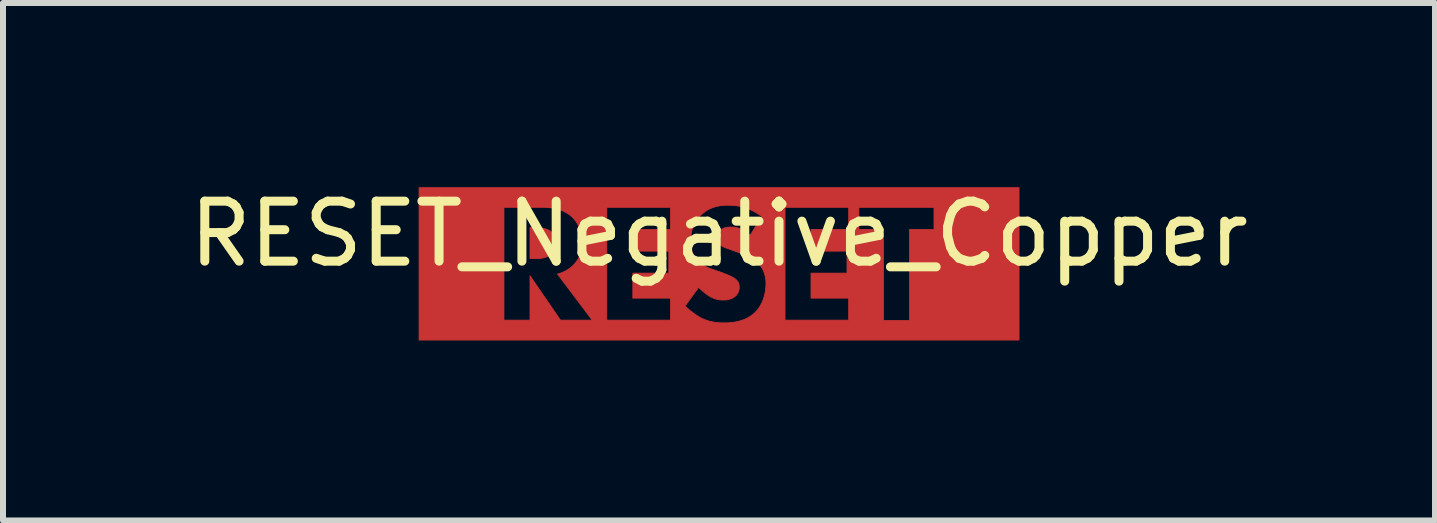
<source format=kicad_pcb>
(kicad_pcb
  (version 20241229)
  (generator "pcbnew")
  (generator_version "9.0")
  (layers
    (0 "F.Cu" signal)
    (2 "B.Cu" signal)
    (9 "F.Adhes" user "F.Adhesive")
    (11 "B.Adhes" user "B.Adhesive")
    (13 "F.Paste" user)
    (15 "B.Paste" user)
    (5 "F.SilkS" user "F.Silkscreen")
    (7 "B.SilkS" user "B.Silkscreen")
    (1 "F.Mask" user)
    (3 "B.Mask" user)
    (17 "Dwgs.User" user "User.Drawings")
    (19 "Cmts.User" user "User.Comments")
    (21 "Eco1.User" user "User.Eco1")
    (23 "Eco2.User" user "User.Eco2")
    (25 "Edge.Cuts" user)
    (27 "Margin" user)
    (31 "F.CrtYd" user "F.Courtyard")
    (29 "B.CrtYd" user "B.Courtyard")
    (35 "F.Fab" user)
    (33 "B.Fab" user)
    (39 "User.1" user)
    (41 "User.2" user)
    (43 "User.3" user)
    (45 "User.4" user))
  (footprint "RESET_Negative_Copper"
    (layer "F.Cu")
    (at 8.935 1.348)
    (property "Reference" "RESET_Negative_Copper" (at 0 -0.5 0) (unlocked yes) (layer "F.SilkS") (effects (font (size 1 1) (thickness 0.15))))
    (fp_poly (pts (xy -3.026 -0.603) (xy -2.998 -0.601) (xy -2.983 -0.6) (xy -2.967 -0.598) (xy -2.951 -0.596) (xy -2.934 -0.593) (xy -2.918 -0.59) (xy -2.901 -0.586) (xy -2.885 -0.581) (xy -2.869 -0.575) (xy -2.853 -0.568) (xy -2.837 -0.561) (xy -2.823 -0.553) (xy -2.809 -0.543) (xy -2.802 -0.538) (xy -2.794 -0.531) (xy -2.787 -0.524) (xy -2.779 -0.516) (xy -2.772 -0.508) (xy -2.764 -0.499) (xy -2.757 -0.488) (xy -2.751 -0.477) (xy -2.744 -0.465) (xy -2.739 -0.452) (xy -2.734 -0.438) (xy -2.729 -0.423) (xy -2.726 -0.407) (xy -2.723 -0.39) (xy -2.722 -0.372) (xy -2.721 -0.353) (xy -2.721 -0.344) (xy -2.721 -0.336) (xy -2.722 -0.328) (xy -2.723 -0.32) (xy -2.724 -0.312) (xy -2.725 -0.305) (xy -2.726 -0.297) (xy -2.728 -0.29) (xy -2.729 -0.283) (xy -2.731 -0.276) (xy -2.735 -0.263) (xy -2.739 -0.25) (xy -2.744 -0.239) (xy -2.75 -0.228) (xy -2.755 -0.217) (xy -2.761 -0.207) (xy -2.767 -0.198) (xy -2.773 -0.19) (xy -2.779 -0.183) (xy -2.786 -0.176) (xy -2.792 -0.169) (xy -2.799 -0.163) (xy -2.806 -0.156) (xy -2.813 -0.15) (xy -2.821 -0.145) (xy -2.837 -0.134) (xy -2.853 -0.125) (xy -2.869 -0.118) (xy -2.886 -0.111) (xy -2.903 -0.106) (xy -2.921 -0.101) (xy -2.938 -0.097) (xy -2.955 -0.094) (xy -2.973 -0.092) (xy -2.99 -0.09) (xy -3.006 -0.089) (xy -3.022 -0.089) (xy -3.053 -0.088) (xy -3.151 -0.088) (xy -3.151 -0.603) (xy -3.049 -0.603)) (stroke (width 0.013) (type solid)) (fill yes) (layer "F.Cu"))
    (fp_poly (pts (xy 5.001 1.27) (xy -5 1.27) (xy -5 0.938) (xy -3.585 0.938) (xy -3.151 0.938) (xy -3.151 0.198) (xy -2.643 0.938) (xy -2.114 0.938) (xy -1.871 0.938) (xy -0.809 0.938) (xy -0.809 0.702) (xy -0.566 0.702) (xy -0.537 0.729) (xy -0.506 0.757) (xy -0.473 0.785) (xy -0.437 0.812) (xy -0.401 0.839) (xy -0.382 0.852) (xy -0.364 0.864) (xy -0.345 0.875) (xy -0.327 0.887) (xy -0.308 0.897) (xy -0.29 0.907) (xy -0.268 0.917) (xy -0.245 0.926) (xy -0.223 0.935) (xy -0.2 0.943) (xy -0.178 0.95) (xy -0.155 0.956) (xy -0.132 0.962) (xy -0.109 0.967) (xy -0.086 0.971) (xy -0.062 0.975) (xy -0.038 0.978) (xy -0.015 0.98) (xy 0.01 0.982) (xy 0.034 0.983) (xy 0.059 0.984) (xy 0.084 0.984) (xy 0.135 0.983) (xy 0.164 0.982) (xy 0.196 0.979) (xy 0.228 0.976) (xy 0.263 0.97) (xy 0.298 0.964) (xy 0.334 0.955) (xy 0.371 0.944) (xy 0.388 0.938) (xy 1.1 0.938) (xy 2.161 0.938) (xy 2.161 0.571) (xy 1.533 0.571) (xy 1.533 0.155) (xy 2.133 0.155) (xy 2.133 -0.212) (xy 1.533 -0.212) (xy 1.533 -0.575) (xy 2.161 -0.575) (xy 2.331 -0.575) (xy 2.74 -0.575) (xy 2.74 0.942) (xy 3.174 0.942) (xy 3.174 -0.575) (xy 3.583 -0.575) (xy 3.583 -0.942) (xy 2.331 -0.942) (xy 2.331 -0.575) (xy 2.161 -0.575) (xy 2.161 -0.942) (xy 1.1 -0.942) (xy 1.1 0.938) (xy 0.388 0.938) (xy 0.407 0.932) (xy 0.444 0.916) (xy 0.48 0.898) (xy 0.516 0.877) (xy 0.534 0.865) (xy 0.551 0.853) (xy 0.568 0.839) (xy 0.584 0.825) (xy 0.6 0.81) (xy 0.616 0.794) (xy 0.634 0.774) (xy 0.652 0.752) (xy 0.668 0.729) (xy 0.684 0.705) (xy 0.698 0.679) (xy 0.712 0.653) (xy 0.725 0.625) (xy 0.736 0.595) (xy 0.746 0.565) (xy 0.756 0.534) (xy 0.763 0.501) (xy 0.77 0.468) (xy 0.775 0.434) (xy 0.779 0.4) (xy 0.781 0.364) (xy 0.782 0.328) (xy 0.782 0.307) (xy 0.781 0.286) (xy 0.779 0.264) (xy 0.776 0.242) (xy 0.772 0.22) (xy 0.767 0.197) (xy 0.761 0.175) (xy 0.754 0.152) (xy 0.746 0.13) (xy 0.736 0.107) (xy 0.725 0.085) (xy 0.712 0.063) (xy 0.698 0.041) (xy 0.682 0.02) (xy 0.664 -0.001) (xy 0.644 -0.021) (xy 0.63 -0.034) (xy 0.615 -0.046) (xy 0.6 -0.058) (xy 0.584 -0.069) (xy 0.568 -0.08) (xy 0.552 -0.09) (xy 0.535 -0.099) (xy 0.518 -0.108) (xy 0.501 -0.117) (xy 0.485 -0.125) (xy 0.451 -0.14) (xy 0.418 -0.153) (xy 0.387 -0.166) (xy 0.246 -0.219) (xy 0.162 -0.249) (xy 0.127 -0.261) (xy 0.112 -0.267) (xy 0.097 -0.273) (xy 0.084 -0.279) (xy 0.071 -0.285) (xy 0.059 -0.29) (xy 0.048 -0.297) (xy 0.037 -0.303) (xy 0.028 -0.31) (xy 0.018 -0.317) (xy 0.009 -0.325) (xy 0.004 -0.33) (xy -0.000479 -0.335) (xy -0.005 -0.341) (xy -0.009 -0.347) (xy -0.013 -0.352) (xy -0.016 -0.358) (xy -0.019 -0.365) (xy -0.022 -0.371) (xy -0.025 -0.377) (xy -0.027 -0.384) (xy -0.029 -0.391) (xy -0.03 -0.398) (xy -0.031 -0.406) (xy -0.032 -0.414) (xy -0.033 -0.422) (xy -0.033 -0.43) (xy -0.033 -0.44) (xy -0.032 -0.449) (xy -0.031 -0.457) (xy -0.029 -0.466) (xy -0.027 -0.474) (xy -0.025 -0.483) (xy -0.022 -0.491) (xy -0.019 -0.498) (xy -0.015 -0.506) (xy -0.012 -0.513) (xy -0.007 -0.52) (xy -0.003 -0.527) (xy 0.001 -0.533) (xy 0.006 -0.539) (xy 0.011 -0.545) (xy 0.016 -0.55) (xy 0.021 -0.555) (xy 0.026 -0.56) (xy 0.031 -0.565) (xy 0.036 -0.569) (xy 0.047 -0.577) (xy 0.058 -0.584) (xy 0.069 -0.59) (xy 0.08 -0.595) (xy 0.092 -0.6) (xy 0.104 -0.603) (xy 0.116 -0.606) (xy 0.129 -0.609) (xy 0.141 -0.61) (xy 0.153 -0.612) (xy 0.165 -0.613) (xy 0.177 -0.613) (xy 0.2 -0.614) (xy 0.224 -0.613) (xy 0.238 -0.612) (xy 0.254 -0.611) (xy 0.27 -0.608) (xy 0.288 -0.605) (xy 0.307 -0.6) (xy 0.327 -0.594) (xy 0.348 -0.587) (xy 0.37 -0.578) (xy 0.393 -0.567) (xy 0.416 -0.554) (xy 0.441 -0.539) (xy 0.466 -0.522) (xy 0.491 -0.502) (xy 0.517 -0.48) (xy 0.517 -0.473) (xy 0.711 -0.79) (xy 0.671 -0.82) (xy 0.63 -0.846) (xy 0.59 -0.869) (xy 0.55 -0.889) (xy 0.512 -0.907) (xy 0.473 -0.922) (xy 0.436 -0.935) (xy 0.4 -0.946) (xy 0.364 -0.955) (xy 0.33 -0.962) (xy 0.297 -0.967) (xy 0.265 -0.971) (xy 0.235 -0.974) (xy 0.207 -0.976) (xy 0.154 -0.977) (xy 0.121 -0.977) (xy 0.089 -0.975) (xy 0.057 -0.973) (xy 0.026 -0.969) (xy -0.005 -0.964) (xy -0.035 -0.958) (xy -0.065 -0.95) (xy -0.095 -0.941) (xy -0.123 -0.93) (xy -0.152 -0.918) (xy -0.18 -0.904) (xy -0.207 -0.888) (xy -0.234 -0.87) (xy -0.26 -0.85) (xy -0.286 -0.828) (xy -0.312 -0.804) (xy -0.332 -0.782) (xy -0.351 -0.76) (xy -0.368 -0.736) (xy -0.385 -0.712) (xy -0.399 -0.688) (xy -0.413 -0.663) (xy -0.424 -0.637) (xy -0.435 -0.611) (xy -0.444 -0.584) (xy -0.452 -0.557) (xy -0.459 -0.529) (xy -0.464 -0.501) (xy -0.469 -0.472) (xy -0.472 -0.442) (xy -0.473 -0.412) (xy -0.474 -0.381) (xy -0.473 -0.345) (xy -0.472 -0.326) (xy -0.47 -0.306) (xy -0.468 -0.286) (xy -0.464 -0.265) (xy -0.46 -0.244) (xy -0.454 -0.222) (xy -0.448 -0.201) (xy -0.44 -0.179) (xy -0.431 -0.157) (xy -0.42 -0.136) (xy -0.408 -0.115) (xy -0.394 -0.094) (xy -0.379 -0.073) (xy -0.361 -0.053) (xy -0.347 -0.039) (xy -0.333 -0.026) (xy -0.318 -0.013) (xy -0.303 -0.001) (xy -0.287 0.009) (xy -0.271 0.02) (xy -0.254 0.029) (xy -0.237 0.038) (xy -0.22 0.047) (xy -0.203 0.055) (xy -0.168 0.07) (xy -0.134 0.083) (xy -0.1 0.095) (xy 0.055 0.148) (xy 0.105 0.168) (xy 0.135 0.18) (xy 0.166 0.193) (xy 0.197 0.207) (xy 0.212 0.215) (xy 0.226 0.223) (xy 0.24 0.23) (xy 0.253 0.238) (xy 0.264 0.246) (xy 0.274 0.254) (xy 0.281 0.26) (xy 0.288 0.266) (xy 0.294 0.273) (xy 0.3 0.279) (xy 0.306 0.286) (xy 0.311 0.294) (xy 0.316 0.301) (xy 0.32 0.309) (xy 0.324 0.317) (xy 0.328 0.326) (xy 0.331 0.335) (xy 0.333 0.345) (xy 0.335 0.355) (xy 0.336 0.365) (xy 0.337 0.376) (xy 0.338 0.388) (xy 0.337 0.395) (xy 0.337 0.401) (xy 0.337 0.407) (xy 0.336 0.414) (xy 0.335 0.42) (xy 0.334 0.426) (xy 0.333 0.431) (xy 0.332 0.437) (xy 0.331 0.443) (xy 0.329 0.448) (xy 0.326 0.459) (xy 0.322 0.469) (xy 0.317 0.478) (xy 0.312 0.488) (xy 0.307 0.496) (xy 0.302 0.505) (xy 0.296 0.513) (xy 0.29 0.52) (xy 0.284 0.527) (xy 0.277 0.534) (xy 0.27 0.54) (xy 0.258 0.549) (xy 0.246 0.558) (xy 0.234 0.565) (xy 0.221 0.572) (xy 0.208 0.578) (xy 0.195 0.583) (xy 0.182 0.588) (xy 0.169 0.591) (xy 0.156 0.595) (xy 0.144 0.597) (xy 0.131 0.599) (xy 0.119 0.601) (xy 0.107 0.602) (xy 0.095 0.603) (xy 0.084 0.603) (xy 0.073 0.603) (xy 0.057 0.603) (xy 0.041 0.602) (xy 0.025 0.601) (xy 0.009 0.599) (xy -0.006 0.597) (xy -0.021 0.594) (xy -0.036 0.591) (xy -0.051 0.587) (xy -0.065 0.583) (xy -0.079 0.578) (xy -0.094 0.572) (xy -0.108 0.566) (xy -0.122 0.559) (xy -0.136 0.552) (xy -0.15 0.545) (xy -0.163 0.536) (xy -0.174 0.53) (xy -0.184 0.523) (xy -0.195 0.515) (xy -0.206 0.507) (xy -0.229 0.49) (xy -0.253 0.471) (xy -0.276 0.451) (xy -0.299 0.431) (xy -0.32 0.411) (xy -0.34 0.392) (xy -0.566 0.702) (xy -0.809 0.702) (xy -0.809 0.571) (xy -1.437 0.571) (xy -1.437 0.155) (xy -0.837 0.155) (xy -0.837 -0.212) (xy -1.437 -0.212) (xy -1.437 -0.575) (xy -0.809 -0.575) (xy -0.809 -0.942) (xy -1.871 -0.942) (xy -1.871 0.938) (xy -2.114 0.938) (xy -2.693 0.169) (xy -2.674 0.164) (xy -2.655 0.159) (xy -2.636 0.152) (xy -2.618 0.145) (xy -2.6 0.138) (xy -2.582 0.129) (xy -2.565 0.121) (xy -2.548 0.112) (xy -2.531 0.102) (xy -2.515 0.092) (xy -2.5 0.081) (xy -2.485 0.071) (xy -2.471 0.06) (xy -2.457 0.048) (xy -2.444 0.037) (xy -2.432 0.025) (xy -2.41 0.002) (xy -2.39 -0.021) (xy -2.372 -0.045) (xy -2.357 -0.069) (xy -2.343 -0.093) (xy -2.331 -0.118) (xy -2.32 -0.143) (xy -2.311 -0.168) (xy -2.304 -0.192) (xy -2.298 -0.217) (xy -2.293 -0.242) (xy -2.289 -0.266) (xy -2.287 -0.29) (xy -2.285 -0.314) (xy -2.284 -0.337) (xy -2.284 -0.36) (xy -2.284 -0.379) (xy -2.285 -0.398) (xy -2.286 -0.416) (xy -2.287 -0.434) (xy -2.289 -0.452) (xy -2.292 -0.469) (xy -2.295 -0.486) (xy -2.298 -0.502) (xy -2.302 -0.518) (xy -2.306 -0.534) (xy -2.314 -0.564) (xy -2.325 -0.592) (xy -2.336 -0.619) (xy -2.348 -0.644) (xy -2.36 -0.668) (xy -2.374 -0.69) (xy -2.388 -0.711) (xy -2.402 -0.73) (xy -2.417 -0.748) (xy -2.431 -0.764) (xy -2.446 -0.78) (xy -2.464 -0.795) (xy -2.483 -0.811) (xy -2.504 -0.826) (xy -2.526 -0.841) (xy -2.549 -0.855) (xy -2.575 -0.868) (xy -2.602 -0.881) (xy -2.63 -0.893) (xy -2.661 -0.903) (xy -2.693 -0.913) (xy -2.727 -0.921) (xy -2.762 -0.928) (xy -2.8 -0.934) (xy -2.84 -0.938) (xy -2.882 -0.941) (xy -2.926 -0.942) (xy -3.585 -0.942) (xy -3.585 0.938) (xy -5 0.938) (xy -5 -1.27) (xy 5.001 -1.27)) (stroke (width 0.013) (type solid)) (fill yes) (layer "F.Cu")))
  (gr_rect
    (start -3 -3)
    (end 20.869 5.625)
    (stroke (width 0.1) (type default))
    (fill no)
    (layer "Edge.Cuts")))
</source>
